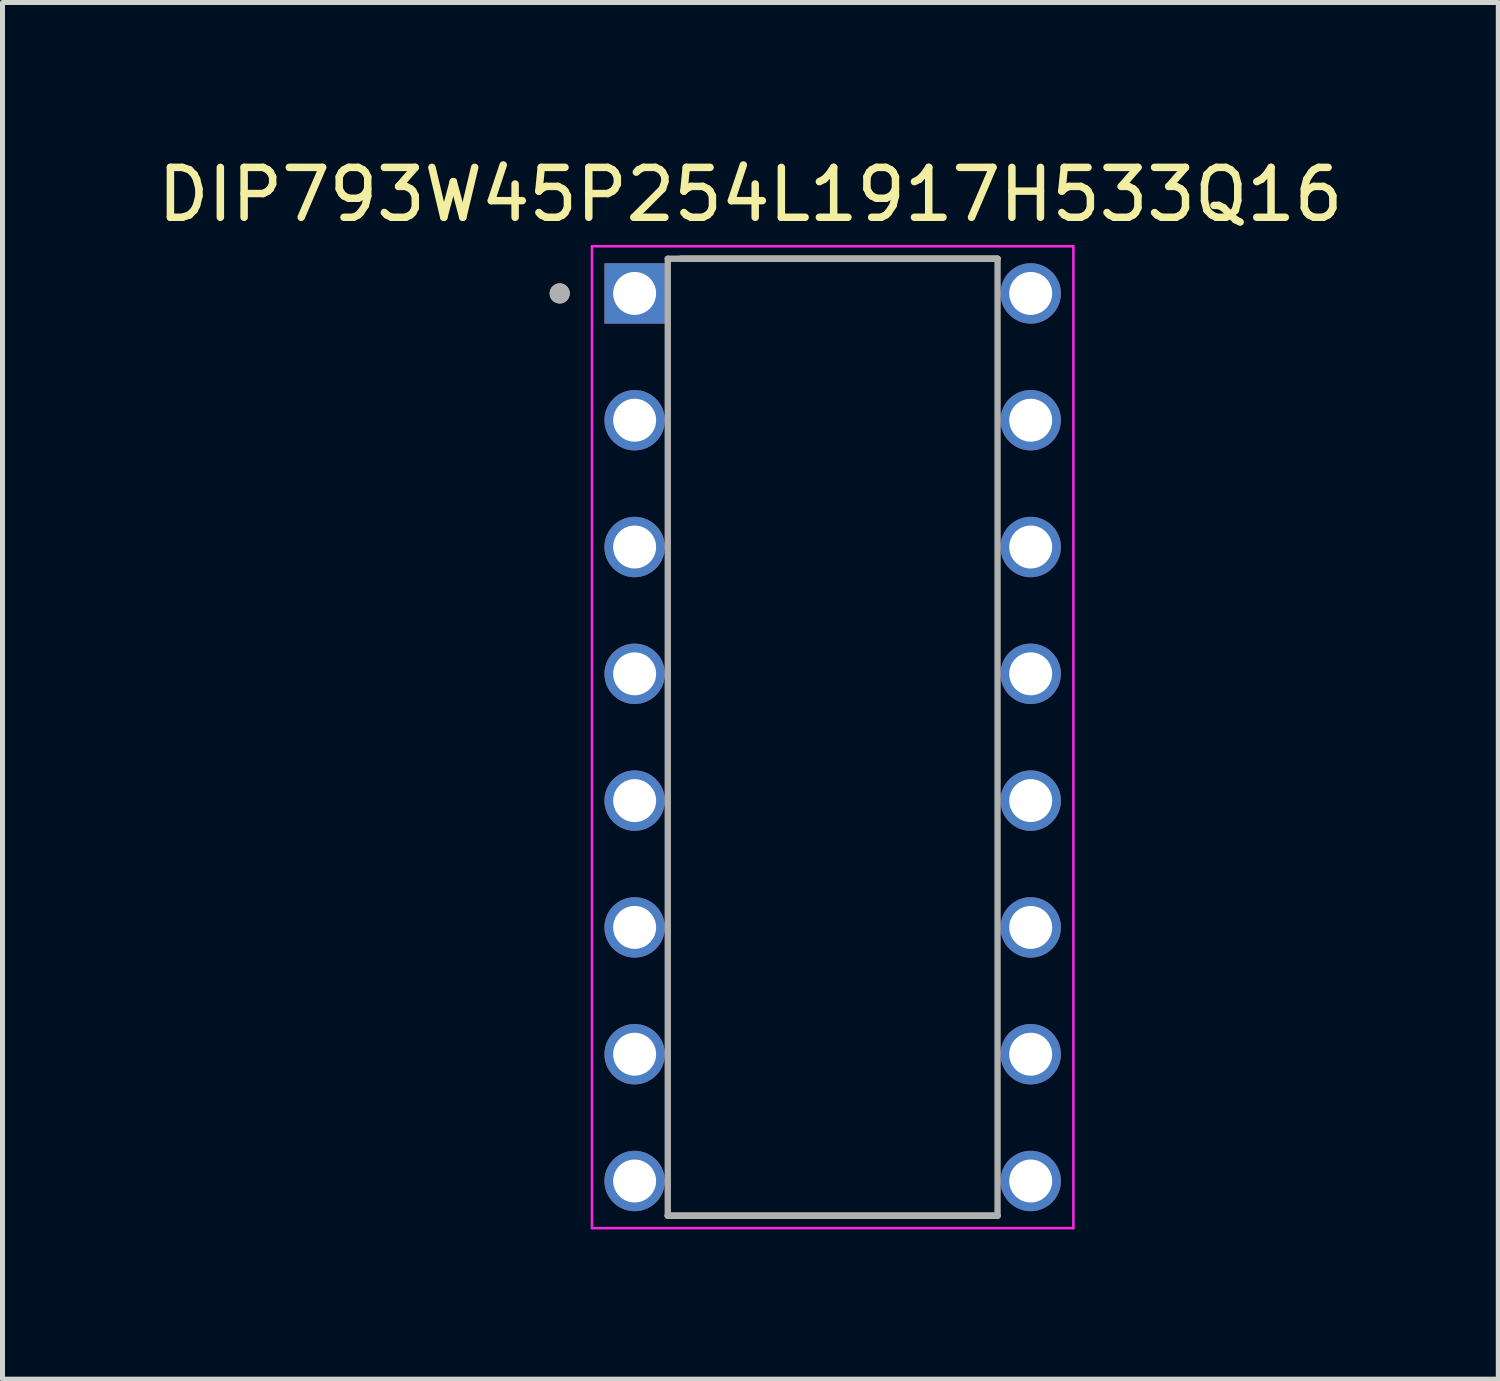
<source format=kicad_pcb>
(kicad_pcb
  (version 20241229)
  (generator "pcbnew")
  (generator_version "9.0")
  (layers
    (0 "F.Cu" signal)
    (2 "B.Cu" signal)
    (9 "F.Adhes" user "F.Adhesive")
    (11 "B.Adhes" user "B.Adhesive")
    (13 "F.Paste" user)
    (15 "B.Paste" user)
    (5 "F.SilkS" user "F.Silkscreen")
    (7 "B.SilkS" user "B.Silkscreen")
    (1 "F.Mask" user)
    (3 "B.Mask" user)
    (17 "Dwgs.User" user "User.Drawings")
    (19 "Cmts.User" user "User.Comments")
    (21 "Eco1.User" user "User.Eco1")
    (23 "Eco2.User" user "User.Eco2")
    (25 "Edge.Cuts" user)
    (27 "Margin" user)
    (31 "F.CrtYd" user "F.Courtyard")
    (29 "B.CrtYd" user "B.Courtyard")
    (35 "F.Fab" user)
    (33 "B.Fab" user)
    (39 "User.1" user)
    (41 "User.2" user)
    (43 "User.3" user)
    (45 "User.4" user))
  (footprint "DIP793W45P254L1917H533Q16"
    (layer "F.Cu")
    (at 13.63 11.718)
    (property "Reference" "DIP793W45P254L1917H533Q16" (at -1.647 -10.87 0) (layer "F.SilkS") (effects (font (size 1 1) (thickness 0.15))))
    (attr through_hole)
    (fp_line (start -3.303 9.585) (end 3.303 9.585) (stroke (width 0.127) (type solid)) (layer "F.SilkS"))
    (fp_line (start -3.042 -9.585) (end 3.303 -9.585) (stroke (width 0.127) (type solid)) (layer "F.SilkS"))
    (fp_circle (center -5.468 -8.89) (end -5.367 -8.89) (stroke (width 0.2) (type solid)) (fill no) (layer "F.SilkS"))
    (fp_line (start -4.822 -9.835) (end -4.822 9.835) (stroke (width 0.05) (type solid)) (layer "F.CrtYd"))
    (fp_line (start -4.822 9.835) (end 4.822 9.835) (stroke (width 0.05) (type solid)) (layer "F.CrtYd"))
    (fp_line (start 4.822 -9.835) (end -4.822 -9.835) (stroke (width 0.05) (type solid)) (layer "F.CrtYd"))
    (fp_line (start 4.822 9.835) (end 4.822 -9.835) (stroke (width 0.05) (type solid)) (layer "F.CrtYd"))
    (fp_line (start -3.303 -9.585) (end -3.303 9.585) (stroke (width 0.127) (type solid)) (layer "F.Fab"))
    (fp_line (start -3.303 -9.585) (end 3.303 -9.585) (stroke (width 0.127) (type solid)) (layer "F.Fab"))
    (fp_line (start -3.303 9.585) (end 3.303 9.585) (stroke (width 0.127) (type solid)) (layer "F.Fab"))
    (fp_line (start 3.303 -9.585) (end 3.303 9.585) (stroke (width 0.127) (type solid)) (layer "F.Fab"))
    (fp_circle (center -5.468 -8.89) (end -5.367 -8.89) (stroke (width 0.2) (type solid)) (fill no) (layer "F.Fab"))
    (pad "1" thru_hole rect (at -3.967 -8.89) (size 1.21 1.21) (drill 0.86) (layers "*.Cu" "*.Mask"))
    (pad "2" thru_hole circle (at -3.967 -6.35) (size 1.21 1.21) (drill 0.86) (layers "*.Cu" "*.Mask"))
    (pad "3" thru_hole circle (at -3.967 -3.81) (size 1.21 1.21) (drill 0.86) (layers "*.Cu" "*.Mask"))
    (pad "4" thru_hole circle (at -3.967 -1.27) (size 1.21 1.21) (drill 0.86) (layers "*.Cu" "*.Mask"))
    (pad "5" thru_hole circle (at -3.967 1.27) (size 1.21 1.21) (drill 0.86) (layers "*.Cu" "*.Mask"))
    (pad "6" thru_hole circle (at -3.967 3.81) (size 1.21 1.21) (drill 0.86) (layers "*.Cu" "*.Mask"))
    (pad "7" thru_hole circle (at -3.967 6.35) (size 1.21 1.21) (drill 0.86) (layers "*.Cu" "*.Mask"))
    (pad "8" thru_hole circle (at -3.967 8.89) (size 1.21 1.21) (drill 0.86) (layers "*.Cu" "*.Mask"))
    (pad "9" thru_hole circle (at 3.967 8.89) (size 1.21 1.21) (drill 0.86) (layers "*.Cu" "*.Mask"))
    (pad "10" thru_hole circle (at 3.967 6.35) (size 1.21 1.21) (drill 0.86) (layers "*.Cu" "*.Mask"))
    (pad "11" thru_hole circle (at 3.967 3.81) (size 1.21 1.21) (drill 0.86) (layers "*.Cu" "*.Mask"))
    (pad "12" thru_hole circle (at 3.967 1.27) (size 1.21 1.21) (drill 0.86) (layers "*.Cu" "*.Mask"))
    (pad "13" thru_hole circle (at 3.967 -1.27) (size 1.21 1.21) (drill 0.86) (layers "*.Cu" "*.Mask"))
    (pad "14" thru_hole circle (at 3.967 -3.81) (size 1.21 1.21) (drill 0.86) (layers "*.Cu" "*.Mask"))
    (pad "15" thru_hole circle (at 3.967 -6.35) (size 1.21 1.21) (drill 0.86) (layers "*.Cu" "*.Mask"))
    (pad "16" thru_hole circle (at 3.967 -8.89) (size 1.21 1.21) (drill 0.86) (layers "*.Cu" "*.Mask")))
  (gr_rect
    (start -3 -3)
    (end 26.964 24.578)
    (stroke (width 0.1) (type default))
    (fill no)
    (layer "Edge.Cuts")))
</source>
